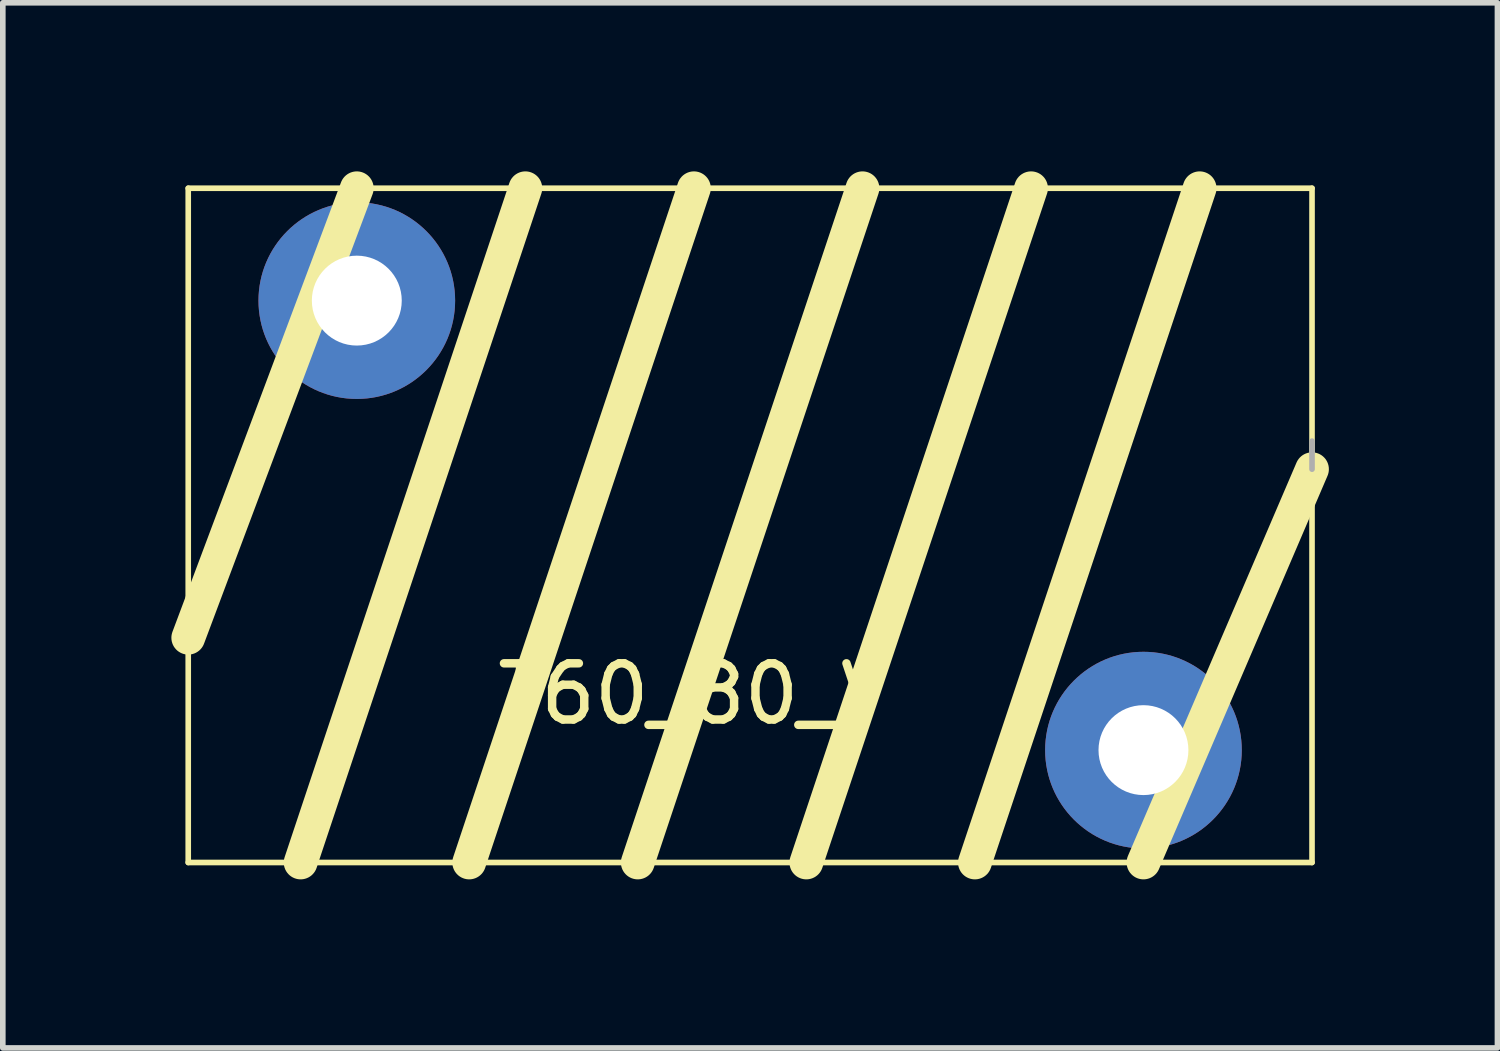
<source format=kicad_pcb>
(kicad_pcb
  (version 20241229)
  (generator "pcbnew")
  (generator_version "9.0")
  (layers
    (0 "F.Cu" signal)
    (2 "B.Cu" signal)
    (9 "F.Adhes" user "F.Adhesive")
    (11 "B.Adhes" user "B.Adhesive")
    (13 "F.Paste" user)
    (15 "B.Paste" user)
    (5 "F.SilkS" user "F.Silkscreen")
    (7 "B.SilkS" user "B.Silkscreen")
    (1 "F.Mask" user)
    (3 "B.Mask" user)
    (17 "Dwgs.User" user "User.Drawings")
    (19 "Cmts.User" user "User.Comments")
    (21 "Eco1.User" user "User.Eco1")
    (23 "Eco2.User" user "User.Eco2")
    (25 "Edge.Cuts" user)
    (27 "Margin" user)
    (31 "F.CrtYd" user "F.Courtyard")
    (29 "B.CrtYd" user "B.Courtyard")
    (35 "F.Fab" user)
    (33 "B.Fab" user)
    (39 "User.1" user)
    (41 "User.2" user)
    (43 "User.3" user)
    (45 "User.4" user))
  (footprint "T60_80_V"
    (layer "F.Cu")
    (at 10.3 6.3)
    (property "Reference" "T60_80_V" (at -1 3 0) (layer "F.SilkS") (effects (font (size 1 1) (thickness 0.15))))
    (attr through_hole)
    (fp_line (start -10 -6) (end 10 -6) (stroke (width 0.1) (type solid)) (layer "F.SilkS"))
    (fp_line (start -10 6) (end -10 -6) (stroke (width 0.1) (type solid)) (layer "F.SilkS"))
    (fp_line (start -7 -6) (end -10 2) (stroke (width 0.6) (type solid)) (layer "F.SilkS"))
    (fp_line (start -4 -6) (end -8 6) (stroke (width 0.6) (type solid)) (layer "F.SilkS"))
    (fp_line (start -1 -6) (end -5 6) (stroke (width 0.6) (type solid)) (layer "F.SilkS"))
    (fp_line (start 2 -6) (end -2 6) (stroke (width 0.6) (type solid)) (layer "F.SilkS"))
    (fp_line (start 5 -6) (end 1 6) (stroke (width 0.6) (type solid)) (layer "F.SilkS"))
    (fp_line (start 7 6) (end 10 -1) (stroke (width 0.6) (type solid)) (layer "F.SilkS"))
    (fp_line (start 8 -6) (end 4 6) (stroke (width 0.6) (type solid)) (layer "F.SilkS"))
    (fp_line (start 10 -6) (end 10 6) (stroke (width 0.1) (type solid)) (layer "F.SilkS"))
    (fp_line (start 10 6) (end -10 6) (stroke (width 0.1) (type solid)) (layer "F.SilkS"))
    (fp_line (start 10 -1) (end 10 -1.5) (stroke (width 0.1) (type solid)) (layer "F.Fab"))
    (pad "1" thru_hole circle (at -7 -4) (size 3.5 3.5) (drill 1.6) (layers "*.Cu" "*.Mask"))
    (pad "2" thru_hole circle (at 7 4) (size 3.5 3.5) (drill 1.6) (layers "*.Cu" "*.Mask")))
  (gr_rect
    (start -3 -3)
    (end 23.6 15.6)
    (stroke (width 0.1) (type default))
    (fill no)
    (layer "Edge.Cuts")))
</source>
